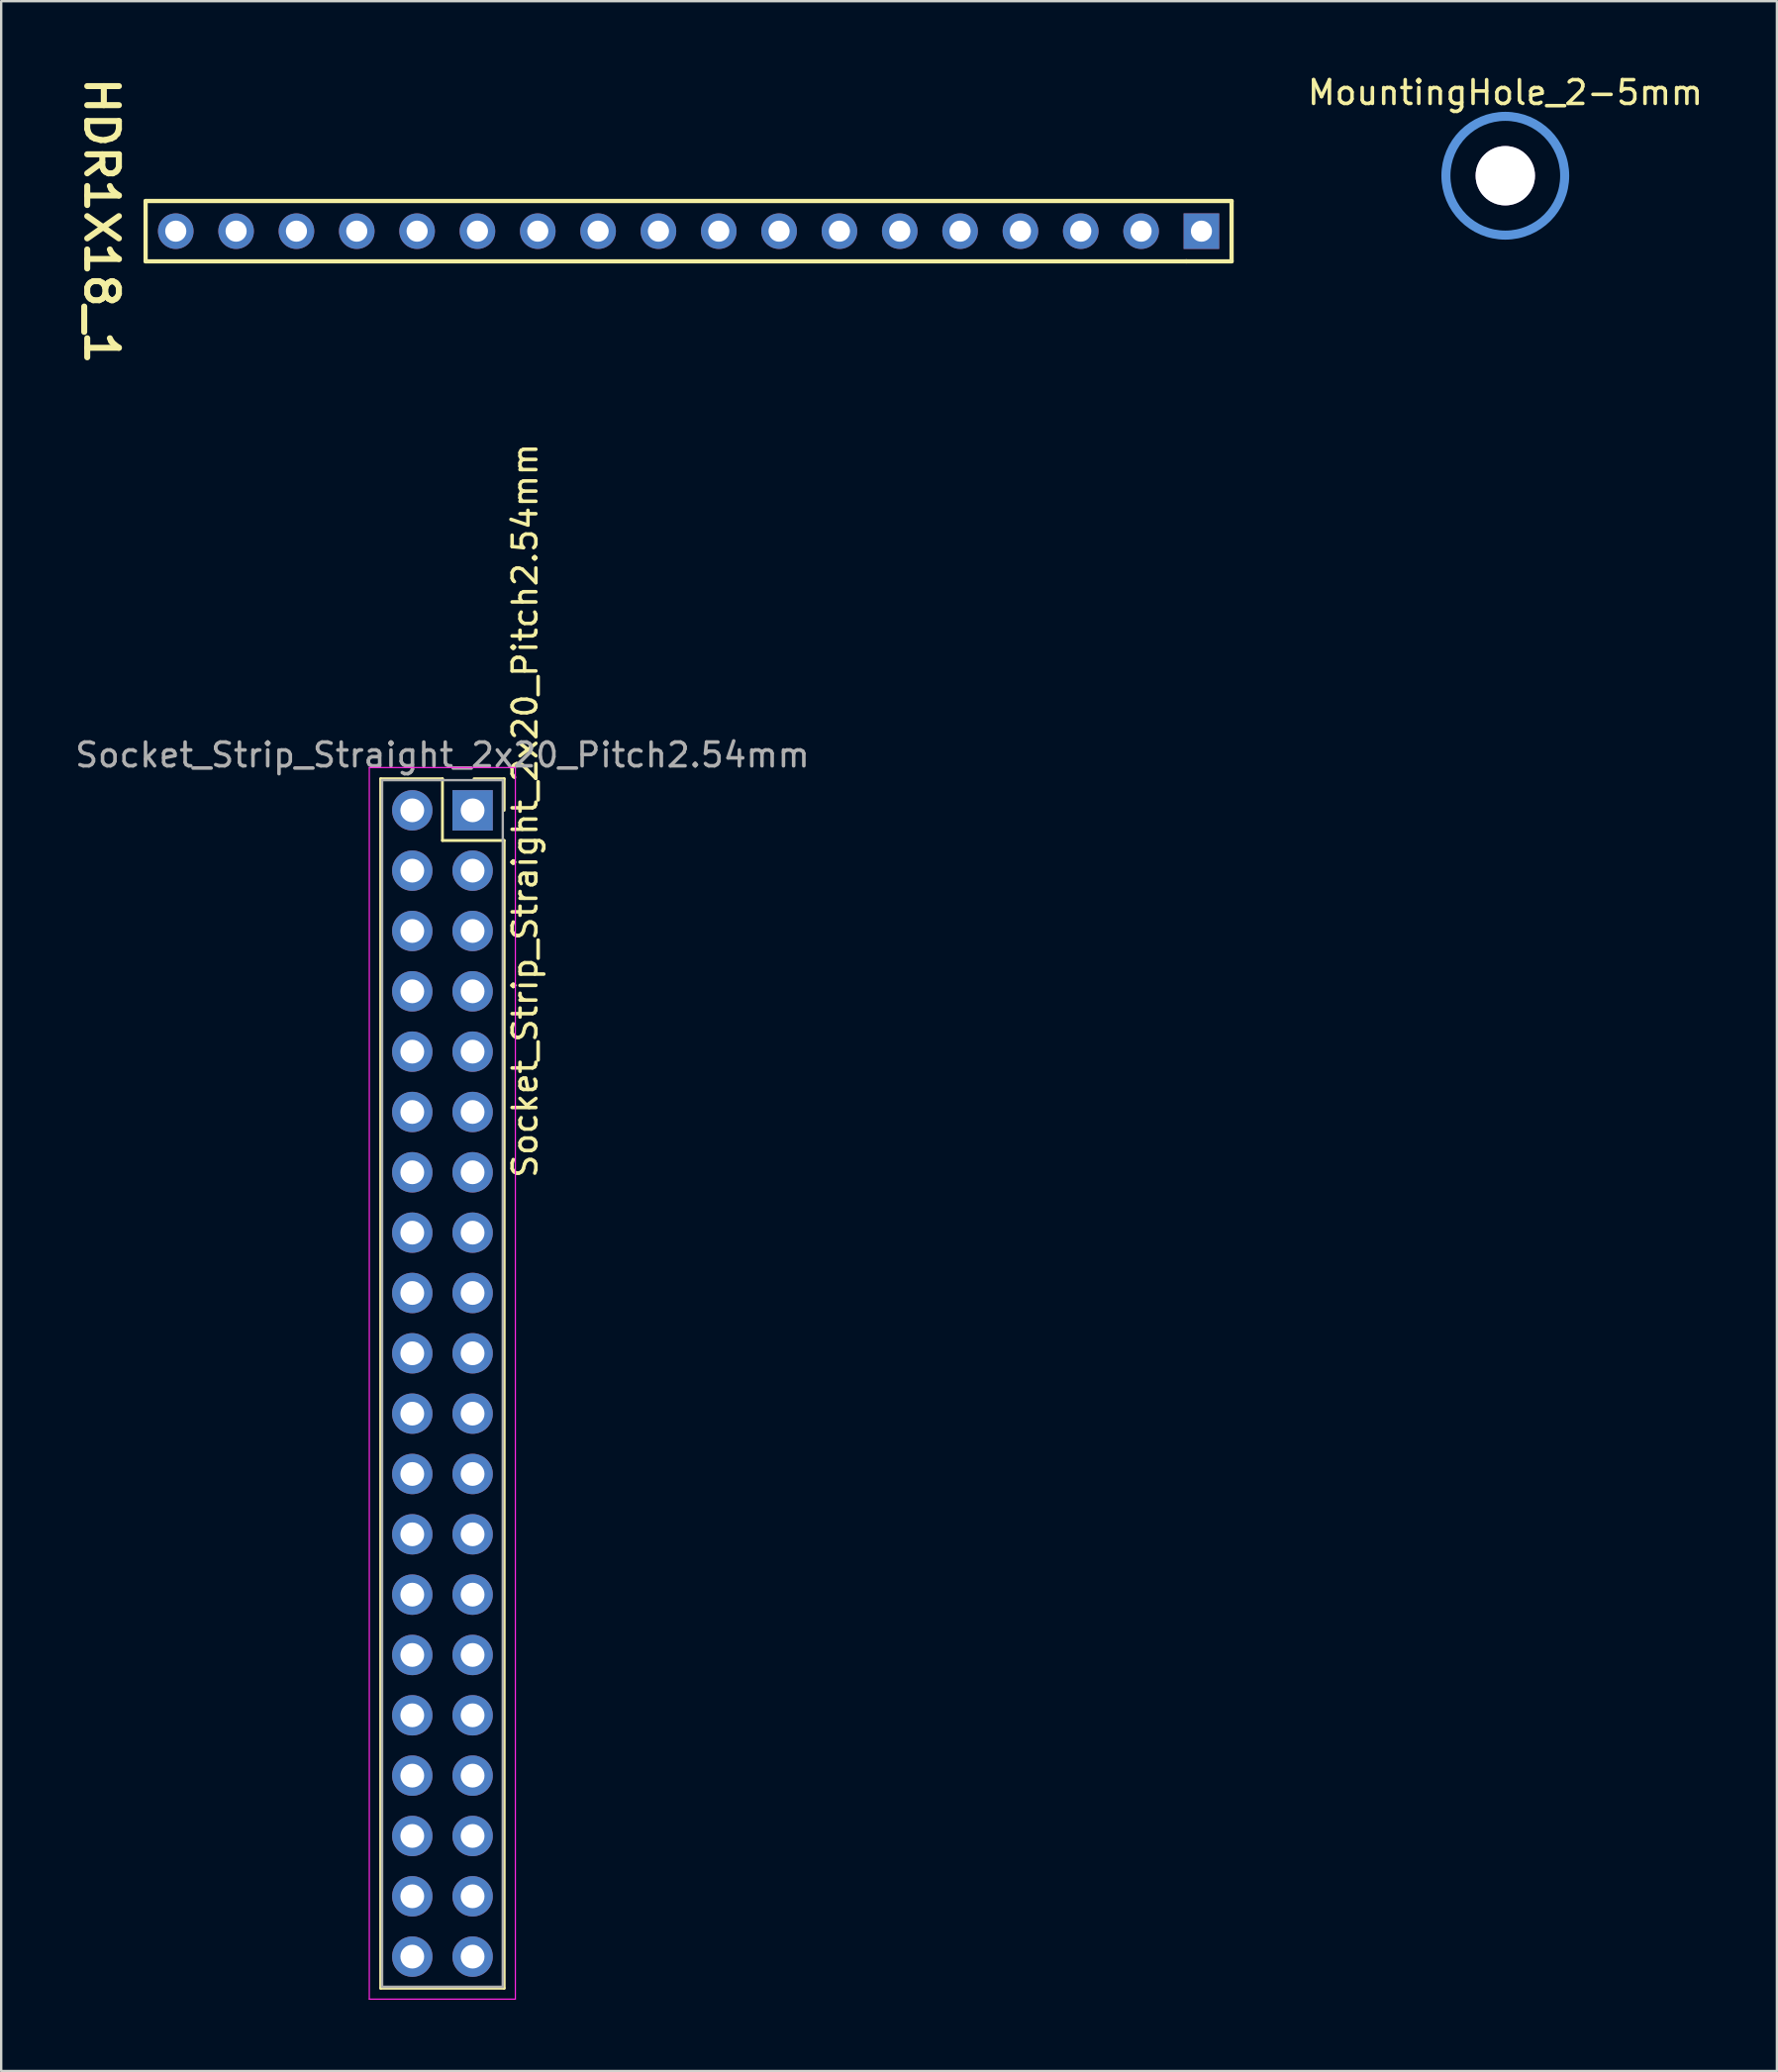
<source format=kicad_pcb>
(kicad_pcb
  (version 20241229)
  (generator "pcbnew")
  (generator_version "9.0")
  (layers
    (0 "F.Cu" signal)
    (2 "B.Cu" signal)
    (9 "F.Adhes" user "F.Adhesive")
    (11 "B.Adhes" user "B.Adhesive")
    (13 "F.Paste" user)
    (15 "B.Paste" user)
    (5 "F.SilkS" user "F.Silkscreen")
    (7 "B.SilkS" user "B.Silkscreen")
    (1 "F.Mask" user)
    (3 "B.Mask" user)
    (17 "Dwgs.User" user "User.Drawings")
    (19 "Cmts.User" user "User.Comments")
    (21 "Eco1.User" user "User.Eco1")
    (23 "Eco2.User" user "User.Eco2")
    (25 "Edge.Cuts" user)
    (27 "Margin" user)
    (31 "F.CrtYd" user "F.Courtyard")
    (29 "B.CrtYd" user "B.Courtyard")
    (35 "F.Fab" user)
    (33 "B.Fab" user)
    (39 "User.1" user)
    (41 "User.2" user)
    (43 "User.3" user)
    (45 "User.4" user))
  (footprint "Socket_Strip_Straight_2x20_Pitch2.54mm"
    (layer "F.Cu")
    (at 16.847 31.065)
    (property "Reference" "Socket_Strip_Straight_2x20_Pitch2.54mm" (at 2.208 0.012 90) (layer "F.SilkS") (effects (font (size 1 1) (thickness 0.15))))
    (attr through_hole)
    (fp_line (start -3.87 -1.33) (end -1.27 -1.33) (stroke (width 0.12) (type solid)) (layer "F.SilkS"))
    (fp_line (start -3.87 49.59) (end -3.87 -1.33) (stroke (width 0.12) (type solid)) (layer "F.SilkS"))
    (fp_line (start -1.27 -1.33) (end -1.27 1.27) (stroke (width 0.12) (type solid)) (layer "F.SilkS"))
    (fp_line (start -1.27 1.27) (end 1.33 1.27) (stroke (width 0.12) (type solid)) (layer "F.SilkS"))
    (fp_line (start 1.33 -1.33) (end 0.06 -1.33) (stroke (width 0.12) (type solid)) (layer "F.SilkS"))
    (fp_line (start 1.33 0) (end 1.33 -1.33) (stroke (width 0.12) (type solid)) (layer "F.SilkS"))
    (fp_line (start 1.33 1.27) (end 1.33 49.59) (stroke (width 0.12) (type solid)) (layer "F.SilkS"))
    (fp_line (start 1.33 49.59) (end -3.87 49.59) (stroke (width 0.12) (type solid)) (layer "F.SilkS"))
    (fp_line (start -4.35 -1.8) (end -4.35 50.05) (stroke (width 0.05) (type solid)) (layer "F.CrtYd"))
    (fp_line (start -4.35 50.05) (end 1.8 50.05) (stroke (width 0.05) (type solid)) (layer "F.CrtYd"))
    (fp_line (start 1.8 -1.8) (end -4.35 -1.8) (stroke (width 0.05) (type solid)) (layer "F.CrtYd"))
    (fp_line (start 1.8 50.05) (end 1.8 -1.8) (stroke (width 0.05) (type solid)) (layer "F.CrtYd"))
    (fp_line (start -3.81 -1.27) (end -3.81 49.53) (stroke (width 0.1) (type solid)) (layer "F.Fab"))
    (fp_line (start -3.81 49.53) (end 1.27 49.53) (stroke (width 0.1) (type solid)) (layer "F.Fab"))
    (fp_line (start 1.27 -1.27) (end -3.81 -1.27) (stroke (width 0.1) (type solid)) (layer "F.Fab"))
    (fp_line (start 1.27 49.53) (end 1.27 -1.27) (stroke (width 0.1) (type solid)) (layer "F.Fab"))
    (fp_text user "${REFERENCE}" (at -1.27 -2.33 0) (layer "F.Fab") (effects (font (size 1 1) (thickness 0.15))))
    (pad "1" thru_hole rect (at 0 0 180) (size 1.7 1.7) (drill 1) (layers "*.Cu" "*.Mask"))
    (pad "2" thru_hole oval (at -2.54 0 180) (size 1.7 1.7) (drill 1) (layers "*.Cu" "*.Mask"))
    (pad "3" thru_hole oval (at 0 2.54 180) (size 1.7 1.7) (drill 1) (layers "*.Cu" "*.Mask"))
    (pad "4" thru_hole oval (at -2.54 2.54 180) (size 1.7 1.7) (drill 1) (layers "*.Cu" "*.Mask"))
    (pad "5" thru_hole oval (at 0 5.08 180) (size 1.7 1.7) (drill 1) (layers "*.Cu" "*.Mask"))
    (pad "6" thru_hole oval (at -2.54 5.08 180) (size 1.7 1.7) (drill 1) (layers "*.Cu" "*.Mask"))
    (pad "7" thru_hole oval (at 0 7.62 180) (size 1.7 1.7) (drill 1) (layers "*.Cu" "*.Mask"))
    (pad "8" thru_hole oval (at -2.54 7.62 180) (size 1.7 1.7) (drill 1) (layers "*.Cu" "*.Mask"))
    (pad "9" thru_hole oval (at 0 10.16 180) (size 1.7 1.7) (drill 1) (layers "*.Cu" "*.Mask"))
    (pad "10" thru_hole oval (at -2.54 10.16 180) (size 1.7 1.7) (drill 1) (layers "*.Cu" "*.Mask"))
    (pad "11" thru_hole oval (at 0 12.7 180) (size 1.7 1.7) (drill 1) (layers "*.Cu" "*.Mask"))
    (pad "12" thru_hole oval (at -2.54 12.7 180) (size 1.7 1.7) (drill 1) (layers "*.Cu" "*.Mask"))
    (pad "13" thru_hole oval (at 0 15.24 180) (size 1.7 1.7) (drill 1) (layers "*.Cu" "*.Mask"))
    (pad "14" thru_hole oval (at -2.54 15.24 180) (size 1.7 1.7) (drill 1) (layers "*.Cu" "*.Mask"))
    (pad "15" thru_hole oval (at 0 17.78 180) (size 1.7 1.7) (drill 1) (layers "*.Cu" "*.Mask"))
    (pad "16" thru_hole oval (at -2.54 17.78 180) (size 1.7 1.7) (drill 1) (layers "*.Cu" "*.Mask"))
    (pad "17" thru_hole oval (at 0 20.32 180) (size 1.7 1.7) (drill 1) (layers "*.Cu" "*.Mask"))
    (pad "18" thru_hole oval (at -2.54 20.32 180) (size 1.7 1.7) (drill 1) (layers "*.Cu" "*.Mask"))
    (pad "19" thru_hole oval (at 0 22.86 180) (size 1.7 1.7) (drill 1) (layers "*.Cu" "*.Mask"))
    (pad "20" thru_hole oval (at -2.54 22.86 180) (size 1.7 1.7) (drill 1) (layers "*.Cu" "*.Mask"))
    (pad "21" thru_hole oval (at 0 25.4 180) (size 1.7 1.7) (drill 1) (layers "*.Cu" "*.Mask"))
    (pad "22" thru_hole oval (at -2.54 25.4 180) (size 1.7 1.7) (drill 1) (layers "*.Cu" "*.Mask"))
    (pad "23" thru_hole oval (at 0 27.94 180) (size 1.7 1.7) (drill 1) (layers "*.Cu" "*.Mask"))
    (pad "24" thru_hole oval (at -2.54 27.94 180) (size 1.7 1.7) (drill 1) (layers "*.Cu" "*.Mask"))
    (pad "25" thru_hole oval (at 0 30.48 180) (size 1.7 1.7) (drill 1) (layers "*.Cu" "*.Mask"))
    (pad "26" thru_hole oval (at -2.54 30.48 180) (size 1.7 1.7) (drill 1) (layers "*.Cu" "*.Mask"))
    (pad "27" thru_hole oval (at 0 33.02 180) (size 1.7 1.7) (drill 1) (layers "*.Cu" "*.Mask"))
    (pad "28" thru_hole oval (at -2.54 33.02 180) (size 1.7 1.7) (drill 1) (layers "*.Cu" "*.Mask"))
    (pad "29" thru_hole oval (at 0 35.56 180) (size 1.7 1.7) (drill 1) (layers "*.Cu" "*.Mask"))
    (pad "30" thru_hole oval (at -2.54 35.56 180) (size 1.7 1.7) (drill 1) (layers "*.Cu" "*.Mask"))
    (pad "31" thru_hole oval (at 0 38.1 180) (size 1.7 1.7) (drill 1) (layers "*.Cu" "*.Mask"))
    (pad "32" thru_hole oval (at -2.54 38.1 180) (size 1.7 1.7) (drill 1) (layers "*.Cu" "*.Mask"))
    (pad "33" thru_hole oval (at 0 40.64 180) (size 1.7 1.7) (drill 1) (layers "*.Cu" "*.Mask"))
    (pad "34" thru_hole oval (at -2.54 40.64 180) (size 1.7 1.7) (drill 1) (layers "*.Cu" "*.Mask"))
    (pad "35" thru_hole oval (at 0 43.18 180) (size 1.7 1.7) (drill 1) (layers "*.Cu" "*.Mask"))
    (pad "36" thru_hole oval (at -2.54 43.18 180) (size 1.7 1.7) (drill 1) (layers "*.Cu" "*.Mask"))
    (pad "37" thru_hole oval (at 0 45.72 180) (size 1.7 1.7) (drill 1) (layers "*.Cu" "*.Mask"))
    (pad "38" thru_hole oval (at -2.54 45.72 180) (size 1.7 1.7) (drill 1) (layers "*.Cu" "*.Mask"))
    (pad "39" thru_hole oval (at 0 48.26 180) (size 1.7 1.7) (drill 1) (layers "*.Cu" "*.Mask"))
    (pad "40" thru_hole oval (at -2.54 48.26 180) (size 1.7 1.7) (drill 1) (layers "*.Cu" "*.Mask")))
  (footprint "HDR1X18_1"
    (layer "F.Cu")
    (at 47.53 6.682)
    (property "Reference" "HDR1X18_1" (at -46.304 -0.432 270) (unlocked yes) (layer "F.SilkS") (effects (font (size 1.333 1.402) (thickness 0.254))))
    (attr smd)
    (fp_line (start -44.45 -1.27) (end -44.45 1.27) (stroke (width 0.178) (type solid)) (layer "F.SilkS"))
    (fp_line (start -0.635 1.27) (end -44.45 1.27) (stroke (width 0.178) (type solid)) (layer "F.SilkS"))
    (fp_line (start 1.27 -1.27) (end -44.45 -1.27) (stroke (width 0.178) (type solid)) (layer "F.SilkS"))
    (fp_line (start 1.27 -1.27) (end 1.27 1.27) (stroke (width 0.178) (type solid)) (layer "F.SilkS"))
    (fp_line (start 1.27 1.27) (end -0.635 1.27) (stroke (width 0.178) (type solid)) (layer "F.SilkS"))
    (pad "1" thru_hole rect (at 0 0 180) (size 1.499 1.499) (drill 0.889) (layers "*.Cu" "*.Mask"))
    (pad "2" thru_hole circle (at -2.54 0 180) (size 1.499 1.499) (drill 0.889) (layers "*.Cu" "*.Mask"))
    (pad "3" thru_hole circle (at -5.08 0 180) (size 1.499 1.499) (drill 0.889) (layers "*.Cu" "*.Mask"))
    (pad "4" thru_hole circle (at -7.62 0 180) (size 1.499 1.499) (drill 0.889) (layers "*.Cu" "*.Mask"))
    (pad "5" thru_hole circle (at -10.16 0 180) (size 1.499 1.499) (drill 0.889) (layers "*.Cu" "*.Mask"))
    (pad "6" thru_hole circle (at -12.7 0 180) (size 1.499 1.499) (drill 0.889) (layers "*.Cu" "*.Mask"))
    (pad "7" thru_hole circle (at -15.24 0 180) (size 1.499 1.499) (drill 0.889) (layers "*.Cu" "*.Mask"))
    (pad "8" thru_hole circle (at -17.78 0 180) (size 1.499 1.499) (drill 0.889) (layers "*.Cu" "*.Mask"))
    (pad "9" thru_hole circle (at -20.32 0 180) (size 1.499 1.499) (drill 0.889) (layers "*.Cu" "*.Mask"))
    (pad "10" thru_hole circle (at -22.86 0 180) (size 1.499 1.499) (drill 0.889) (layers "*.Cu" "*.Mask"))
    (pad "11" thru_hole circle (at -25.4 0 180) (size 1.499 1.499) (drill 0.889) (layers "*.Cu" "*.Mask"))
    (pad "12" thru_hole circle (at -27.94 0 180) (size 1.499 1.499) (drill 0.889) (layers "*.Cu" "*.Mask"))
    (pad "13" thru_hole circle (at -30.48 0 180) (size 1.499 1.499) (drill 0.889) (layers "*.Cu" "*.Mask"))
    (pad "14" thru_hole circle (at -33.02 0 180) (size 1.499 1.499) (drill 0.889) (layers "*.Cu" "*.Mask"))
    (pad "15" thru_hole circle (at -35.56 0 180) (size 1.499 1.499) (drill 0.889) (layers "*.Cu" "*.Mask"))
    (pad "16" thru_hole circle (at -38.1 0 180) (size 1.499 1.499) (drill 0.889) (layers "*.Cu" "*.Mask"))
    (pad "17" thru_hole circle (at -40.64 0 180) (size 1.499 1.499) (drill 0.889) (layers "*.Cu" "*.Mask"))
    (pad "18" thru_hole circle (at -43.18 0 180) (size 1.499 1.499) (drill 0.889) (layers "*.Cu" "*.Mask")))
  (footprint "MountingHole_2-5mm"
    (layer "F.Cu")
    (at 60.323 4.348)
    (property "Reference" "MountingHole_2-5mm" (at 0 -3.5 0) (layer "F.SilkS") (effects (font (size 1 1) (thickness 0.15))))
    (attr through_hole)
    (fp_circle (center 0 0) (end 2.5 0) (stroke (width 0.381) (type solid)) (fill no) (layer "Cmts.User"))
    (pad "1" thru_hole circle (at 0 0) (size 2.5 2.5) (drill 2.5) (layers "*.Cu" "*.Mask")))
  (gr_rect
    (start -3 -3)
    (end 71.758 84.14)
    (stroke (width 0.1) (type default))
    (fill no)
    (layer "Edge.Cuts")))
</source>
